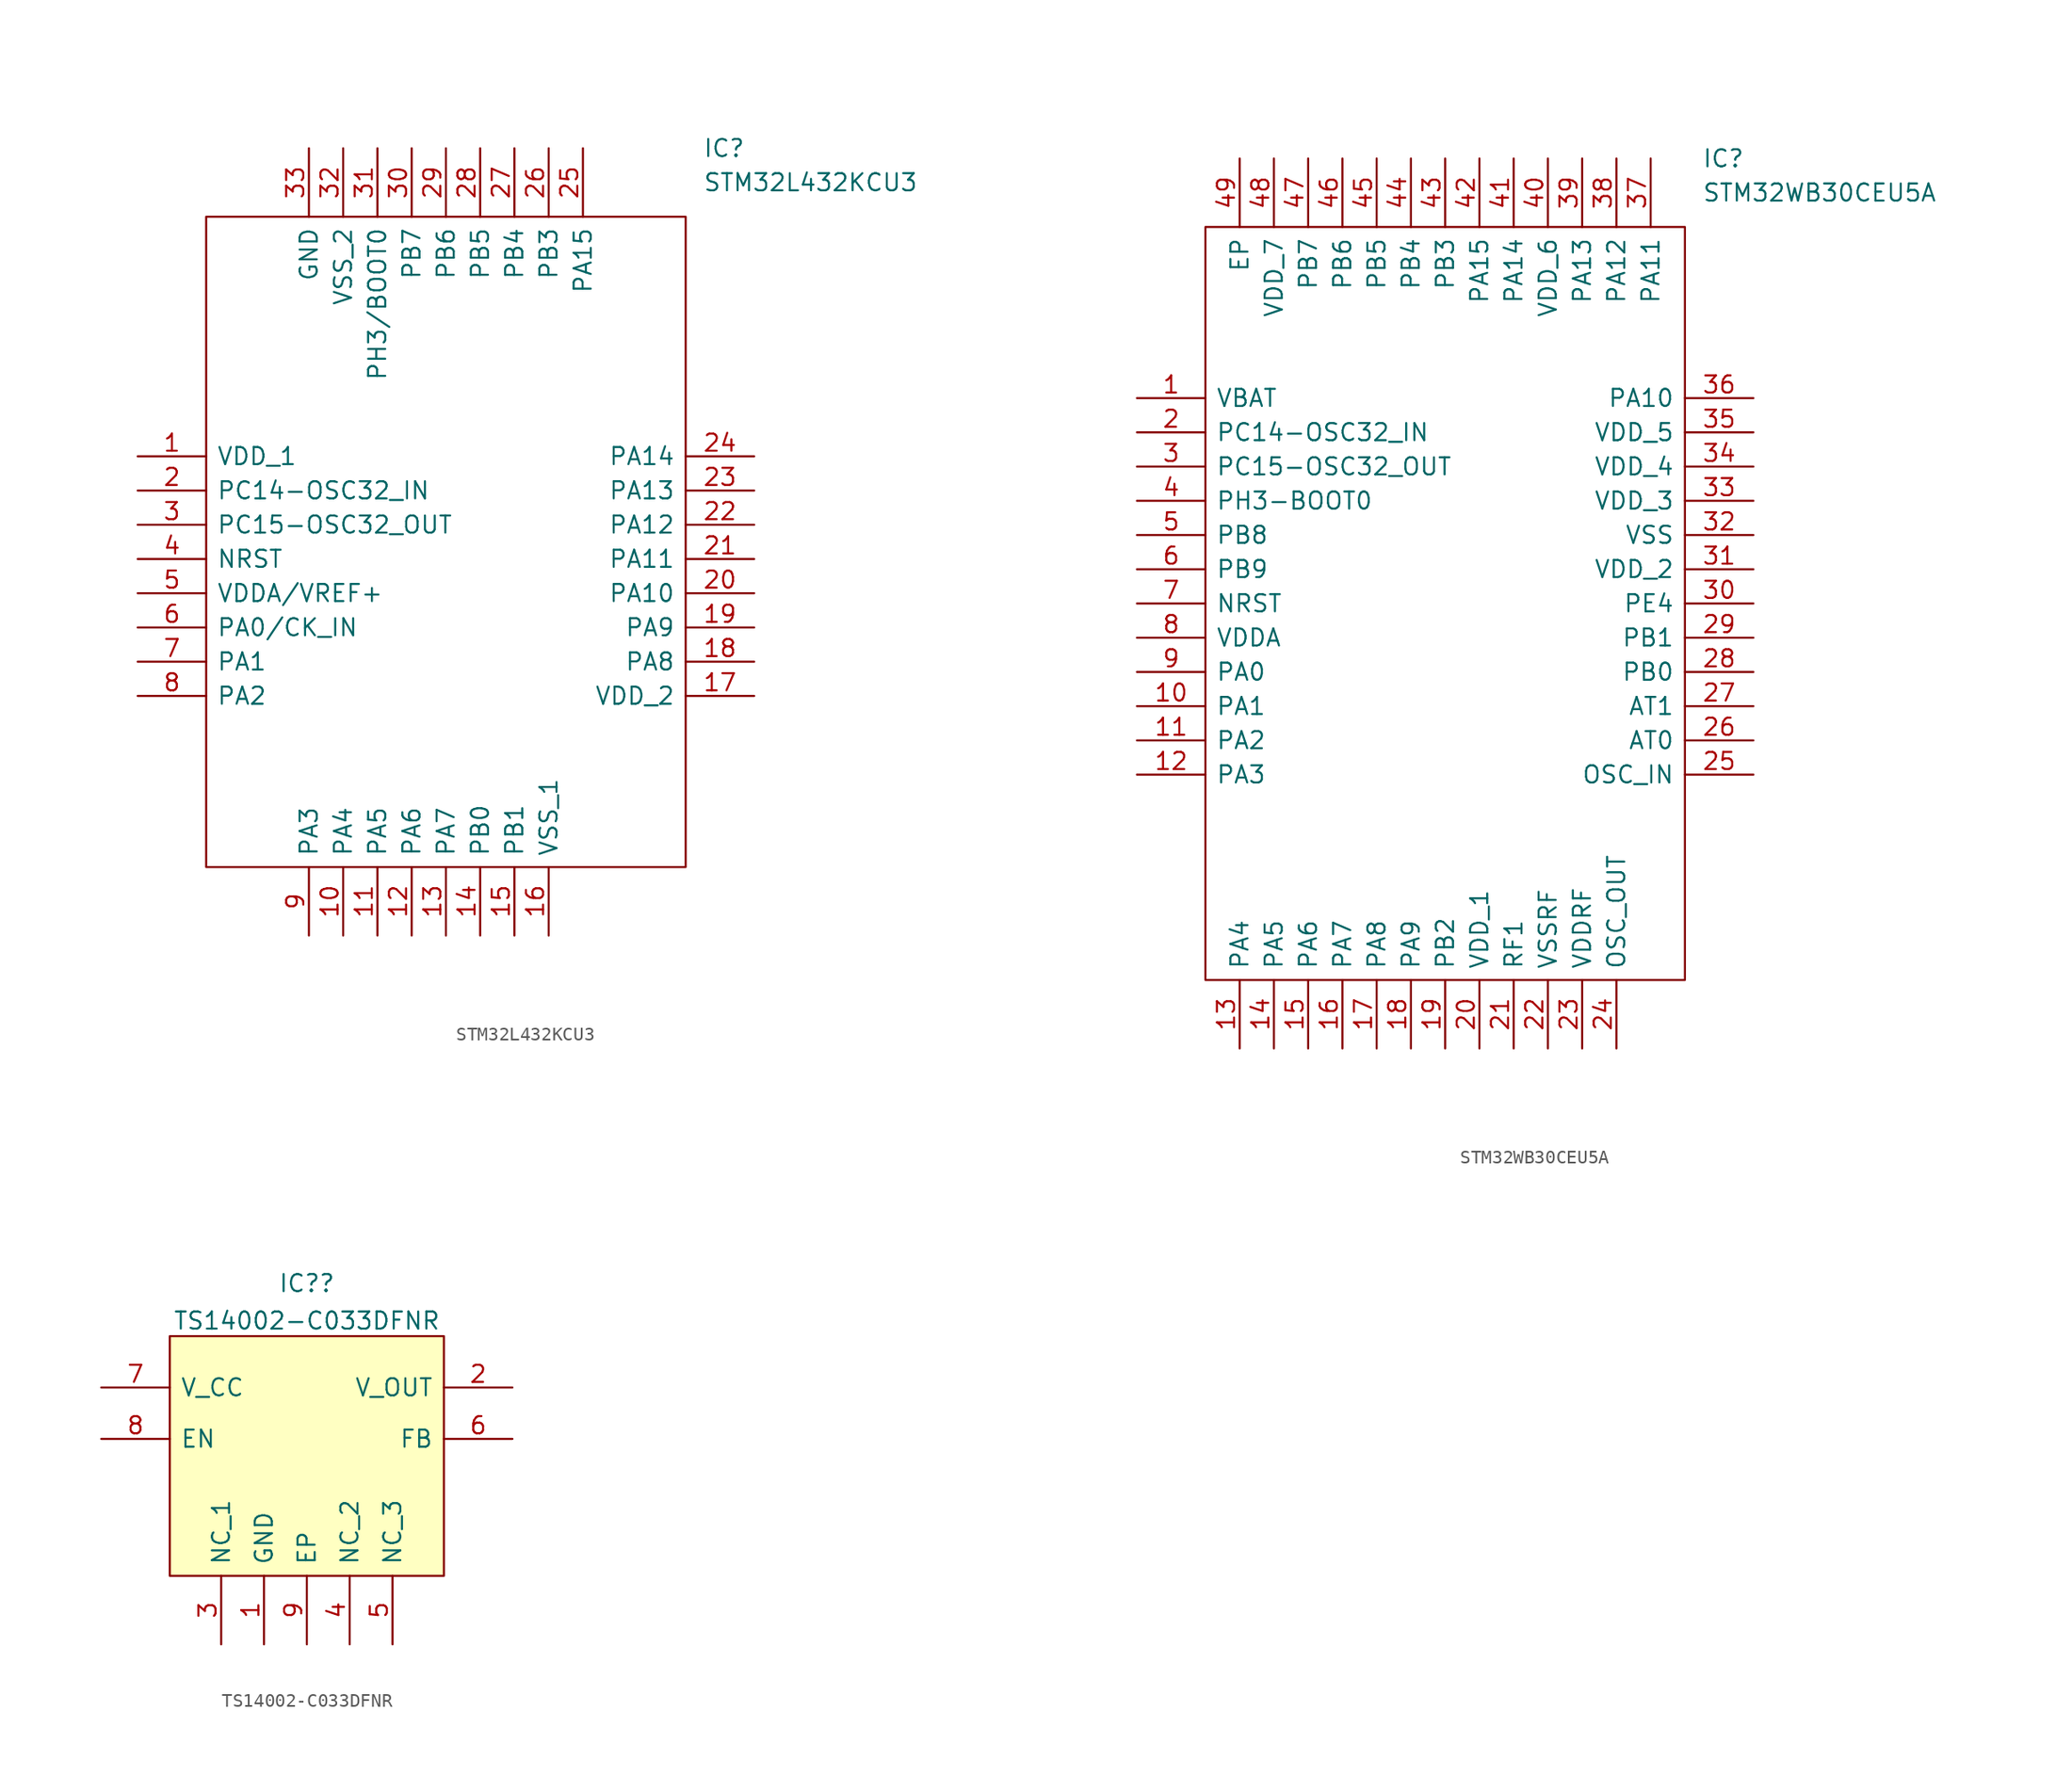
<source format=kicad_sym>
(kicad_symbol_lib
  (version 20211014)
  (generator kicad_symbol_editor)
  (symbol "STM32L432KCU3"
    (pin_names
      (offset 0.762))
    (property "Reference" "IC"
      (at 41.91 22.86 0)
      (effects (font (size 1.27 1.27)) (justify left)))
    (property "Value" "STM32L432KCU3"
      (at 41.91 20.32 0)
      (effects (font (size 1.27 1.27)) (justify left)))
    (symbol "STM32L432KCU3_0_0"
      (pin passive line (at 0 0 0) (length 5.08) (name "VDD_1" (effects (font (size 1.27 1.27)))) (number "1" (effects (font (size 1.27 1.27)))))
      (pin passive line (at 15.24 -35.56 90) (length 5.08) (name "PA4" (effects (font (size 1.27 1.27)))) (number "10" (effects (font (size 1.27 1.27)))))
      (pin passive line (at 17.78 -35.56 90) (length 5.08) (name "PA5" (effects (font (size 1.27 1.27)))) (number "11" (effects (font (size 1.27 1.27)))))
      (pin passive line (at 20.32 -35.56 90) (length 5.08) (name "PA6" (effects (font (size 1.27 1.27)))) (number "12" (effects (font (size 1.27 1.27)))))
      (pin passive line (at 22.86 -35.56 90) (length 5.08) (name "PA7" (effects (font (size 1.27 1.27)))) (number "13" (effects (font (size 1.27 1.27)))))
      (pin passive line (at 25.4 -35.56 90) (length 5.08) (name "PB0" (effects (font (size 1.27 1.27)))) (number "14" (effects (font (size 1.27 1.27)))))
      (pin passive line (at 27.94 -35.56 90) (length 5.08) (name "PB1" (effects (font (size 1.27 1.27)))) (number "15" (effects (font (size 1.27 1.27)))))
      (pin passive line (at 30.48 -35.56 90) (length 5.08) (name "VSS_1" (effects (font (size 1.27 1.27)))) (number "16" (effects (font (size 1.27 1.27)))))
      (pin passive line (at 45.72 -17.78 180) (length 5.08) (name "VDD_2" (effects (font (size 1.27 1.27)))) (number "17" (effects (font (size 1.27 1.27)))))
      (pin passive line (at 45.72 -15.24 180) (length 5.08) (name "PA8" (effects (font (size 1.27 1.27)))) (number "18" (effects (font (size 1.27 1.27)))))
      (pin passive line (at 45.72 -12.7 180) (length 5.08) (name "PA9" (effects (font (size 1.27 1.27)))) (number "19" (effects (font (size 1.27 1.27)))))
      (pin passive line (at 0 -2.54 0) (length 5.08) (name "PC14-OSC32_IN" (effects (font (size 1.27 1.27)))) (number "2" (effects (font (size 1.27 1.27)))))
      (pin passive line (at 45.72 -10.16 180) (length 5.08) (name "PA10" (effects (font (size 1.27 1.27)))) (number "20" (effects (font (size 1.27 1.27)))))
      (pin passive line (at 45.72 -7.62 180) (length 5.08) (name "PA11" (effects (font (size 1.27 1.27)))) (number "21" (effects (font (size 1.27 1.27)))))
      (pin passive line (at 45.72 -5.08 180) (length 5.08) (name "PA12" (effects (font (size 1.27 1.27)))) (number "22" (effects (font (size 1.27 1.27)))))
      (pin passive line (at 45.72 -2.54 180) (length 5.08) (name "PA13" (effects (font (size 1.27 1.27)))) (number "23" (effects (font (size 1.27 1.27)))))
      (pin passive line (at 45.72 0 180) (length 5.08) (name "PA14" (effects (font (size 1.27 1.27)))) (number "24" (effects (font (size 1.27 1.27)))))
      (pin passive line (at 33.02 22.86 270) (length 5.08) (name "PA15" (effects (font (size 1.27 1.27)))) (number "25" (effects (font (size 1.27 1.27)))))
      (pin passive line (at 30.48 22.86 270) (length 5.08) (name "PB3" (effects (font (size 1.27 1.27)))) (number "26" (effects (font (size 1.27 1.27)))))
      (pin passive line (at 27.94 22.86 270) (length 5.08) (name "PB4" (effects (font (size 1.27 1.27)))) (number "27" (effects (font (size 1.27 1.27)))))
      (pin passive line (at 25.4 22.86 270) (length 5.08) (name "PB5" (effects (font (size 1.27 1.27)))) (number "28" (effects (font (size 1.27 1.27)))))
      (pin passive line (at 22.86 22.86 270) (length 5.08) (name "PB6" (effects (font (size 1.27 1.27)))) (number "29" (effects (font (size 1.27 1.27)))))
      (pin passive line (at 0 -5.08 0) (length 5.08) (name "PC15-OSC32_OUT" (effects (font (size 1.27 1.27)))) (number "3" (effects (font (size 1.27 1.27)))))
      (pin passive line (at 20.32 22.86 270) (length 5.08) (name "PB7" (effects (font (size 1.27 1.27)))) (number "30" (effects (font (size 1.27 1.27)))))
      (pin passive line (at 17.78 22.86 270) (length 5.08) (name "PH3/BOOT0" (effects (font (size 1.27 1.27)))) (number "31" (effects (font (size 1.27 1.27)))))
      (pin passive line (at 15.24 22.86 270) (length 5.08) (name "VSS_2" (effects (font (size 1.27 1.27)))) (number "32" (effects (font (size 1.27 1.27)))))
      (pin passive line (at 12.7 22.86 270) (length 5.08) (name "GND" (effects (font (size 1.27 1.27)))) (number "33" (effects (font (size 1.27 1.27)))))
      (pin passive line (at 0 -7.62 0) (length 5.08) (name "NRST" (effects (font (size 1.27 1.27)))) (number "4" (effects (font (size 1.27 1.27)))))
      (pin passive line (at 0 -10.16 0) (length 5.08) (name "VDDA/VREF+" (effects (font (size 1.27 1.27)))) (number "5" (effects (font (size 1.27 1.27)))))
      (pin passive line (at 0 -12.7 0) (length 5.08) (name "PA0/CK_IN" (effects (font (size 1.27 1.27)))) (number "6" (effects (font (size 1.27 1.27)))))
      (pin passive line (at 0 -15.24 0) (length 5.08) (name "PA1" (effects (font (size 1.27 1.27)))) (number "7" (effects (font (size 1.27 1.27)))))
      (pin passive line (at 0 -17.78 0) (length 5.08) (name "PA2" (effects (font (size 1.27 1.27)))) (number "8" (effects (font (size 1.27 1.27)))))
      (pin passive line (at 12.7 -35.56 90) (length 5.08) (name "PA3" (effects (font (size 1.27 1.27)))) (number "9" (effects (font (size 1.27 1.27))))))
    (symbol "STM32L432KCU3_0_1"
      (polyline (pts (xy 5.08 17.78) (xy 40.64 17.78) (xy 40.64 -30.48) (xy 5.08 -30.48) (xy 5.08 17.78)) (stroke (width 0.152) (type default) (color 0 0 0 0)) (fill (type none)))))
  (symbol "STM32WB30CEU5A"
    (pin_names
      (offset 0.762))
    (property "Reference" "IC"
      (at 41.91 17.78 0)
      (effects (font (size 1.27 1.27)) (justify left)))
    (property "Value" "STM32WB30CEU5A"
      (at 41.91 15.24 0)
      (effects (font (size 1.27 1.27)) (justify left)))
    (symbol "STM32WB30CEU5A_0_0"
      (pin passive line (at 0 0 0) (length 5.08) (name "VBAT" (effects (font (size 1.27 1.27)))) (number "1" (effects (font (size 1.27 1.27)))))
      (pin passive line (at 0 -22.86 0) (length 5.08) (name "PA1" (effects (font (size 1.27 1.27)))) (number "10" (effects (font (size 1.27 1.27)))))
      (pin passive line (at 0 -25.4 0) (length 5.08) (name "PA2" (effects (font (size 1.27 1.27)))) (number "11" (effects (font (size 1.27 1.27)))))
      (pin passive line (at 0 -27.94 0) (length 5.08) (name "PA3" (effects (font (size 1.27 1.27)))) (number "12" (effects (font (size 1.27 1.27)))))
      (pin passive line (at 7.62 -48.26 90) (length 5.08) (name "PA4" (effects (font (size 1.27 1.27)))) (number "13" (effects (font (size 1.27 1.27)))))
      (pin passive line (at 10.16 -48.26 90) (length 5.08) (name "PA5" (effects (font (size 1.27 1.27)))) (number "14" (effects (font (size 1.27 1.27)))))
      (pin passive line (at 12.7 -48.26 90) (length 5.08) (name "PA6" (effects (font (size 1.27 1.27)))) (number "15" (effects (font (size 1.27 1.27)))))
      (pin passive line (at 15.24 -48.26 90) (length 5.08) (name "PA7" (effects (font (size 1.27 1.27)))) (number "16" (effects (font (size 1.27 1.27)))))
      (pin passive line (at 17.78 -48.26 90) (length 5.08) (name "PA8" (effects (font (size 1.27 1.27)))) (number "17" (effects (font (size 1.27 1.27)))))
      (pin passive line (at 20.32 -48.26 90) (length 5.08) (name "PA9" (effects (font (size 1.27 1.27)))) (number "18" (effects (font (size 1.27 1.27)))))
      (pin passive line (at 22.86 -48.26 90) (length 5.08) (name "PB2" (effects (font (size 1.27 1.27)))) (number "19" (effects (font (size 1.27 1.27)))))
      (pin passive line (at 0 -2.54 0) (length 5.08) (name "PC14-OSC32_IN" (effects (font (size 1.27 1.27)))) (number "2" (effects (font (size 1.27 1.27)))))
      (pin passive line (at 25.4 -48.26 90) (length 5.08) (name "VDD_1" (effects (font (size 1.27 1.27)))) (number "20" (effects (font (size 1.27 1.27)))))
      (pin passive line (at 27.94 -48.26 90) (length 5.08) (name "RF1" (effects (font (size 1.27 1.27)))) (number "21" (effects (font (size 1.27 1.27)))))
      (pin passive line (at 30.48 -48.26 90) (length 5.08) (name "VSSRF" (effects (font (size 1.27 1.27)))) (number "22" (effects (font (size 1.27 1.27)))))
      (pin passive line (at 33.02 -48.26 90) (length 5.08) (name "VDDRF" (effects (font (size 1.27 1.27)))) (number "23" (effects (font (size 1.27 1.27)))))
      (pin passive line (at 35.56 -48.26 90) (length 5.08) (name "OSC_OUT" (effects (font (size 1.27 1.27)))) (number "24" (effects (font (size 1.27 1.27)))))
      (pin passive line (at 45.72 -27.94 180) (length 5.08) (name "OSC_IN" (effects (font (size 1.27 1.27)))) (number "25" (effects (font (size 1.27 1.27)))))
      (pin passive line (at 45.72 -25.4 180) (length 5.08) (name "AT0" (effects (font (size 1.27 1.27)))) (number "26" (effects (font (size 1.27 1.27)))))
      (pin passive line (at 45.72 -22.86 180) (length 5.08) (name "AT1" (effects (font (size 1.27 1.27)))) (number "27" (effects (font (size 1.27 1.27)))))
      (pin passive line (at 45.72 -20.32 180) (length 5.08) (name "PB0" (effects (font (size 1.27 1.27)))) (number "28" (effects (font (size 1.27 1.27)))))
      (pin passive line (at 45.72 -17.78 180) (length 5.08) (name "PB1" (effects (font (size 1.27 1.27)))) (number "29" (effects (font (size 1.27 1.27)))))
      (pin passive line (at 0 -5.08 0) (length 5.08) (name "PC15-OSC32_OUT" (effects (font (size 1.27 1.27)))) (number "3" (effects (font (size 1.27 1.27)))))
      (pin passive line (at 45.72 -15.24 180) (length 5.08) (name "PE4" (effects (font (size 1.27 1.27)))) (number "30" (effects (font (size 1.27 1.27)))))
      (pin passive line (at 45.72 -12.7 180) (length 5.08) (name "VDD_2" (effects (font (size 1.27 1.27)))) (number "31" (effects (font (size 1.27 1.27)))))
      (pin passive line (at 45.72 -10.16 180) (length 5.08) (name "VSS" (effects (font (size 1.27 1.27)))) (number "32" (effects (font (size 1.27 1.27)))))
      (pin passive line (at 45.72 -7.62 180) (length 5.08) (name "VDD_3" (effects (font (size 1.27 1.27)))) (number "33" (effects (font (size 1.27 1.27)))))
      (pin passive line (at 45.72 -5.08 180) (length 5.08) (name "VDD_4" (effects (font (size 1.27 1.27)))) (number "34" (effects (font (size 1.27 1.27)))))
      (pin passive line (at 45.72 -2.54 180) (length 5.08) (name "VDD_5" (effects (font (size 1.27 1.27)))) (number "35" (effects (font (size 1.27 1.27)))))
      (pin passive line (at 45.72 0 180) (length 5.08) (name "PA10" (effects (font (size 1.27 1.27)))) (number "36" (effects (font (size 1.27 1.27)))))
      (pin passive line (at 38.1 17.78 270) (length 5.08) (name "PA11" (effects (font (size 1.27 1.27)))) (number "37" (effects (font (size 1.27 1.27)))))
      (pin passive line (at 35.56 17.78 270) (length 5.08) (name "PA12" (effects (font (size 1.27 1.27)))) (number "38" (effects (font (size 1.27 1.27)))))
      (pin passive line (at 33.02 17.78 270) (length 5.08) (name "PA13" (effects (font (size 1.27 1.27)))) (number "39" (effects (font (size 1.27 1.27)))))
      (pin passive line (at 0 -7.62 0) (length 5.08) (name "PH3-BOOT0" (effects (font (size 1.27 1.27)))) (number "4" (effects (font (size 1.27 1.27)))))
      (pin passive line (at 30.48 17.78 270) (length 5.08) (name "VDD_6" (effects (font (size 1.27 1.27)))) (number "40" (effects (font (size 1.27 1.27)))))
      (pin passive line (at 27.94 17.78 270) (length 5.08) (name "PA14" (effects (font (size 1.27 1.27)))) (number "41" (effects (font (size 1.27 1.27)))))
      (pin passive line (at 25.4 17.78 270) (length 5.08) (name "PA15" (effects (font (size 1.27 1.27)))) (number "42" (effects (font (size 1.27 1.27)))))
      (pin passive line (at 22.86 17.78 270) (length 5.08) (name "PB3" (effects (font (size 1.27 1.27)))) (number "43" (effects (font (size 1.27 1.27)))))
      (pin passive line (at 20.32 17.78 270) (length 5.08) (name "PB4" (effects (font (size 1.27 1.27)))) (number "44" (effects (font (size 1.27 1.27)))))
      (pin passive line (at 17.78 17.78 270) (length 5.08) (name "PB5" (effects (font (size 1.27 1.27)))) (number "45" (effects (font (size 1.27 1.27)))))
      (pin passive line (at 15.24 17.78 270) (length 5.08) (name "PB6" (effects (font (size 1.27 1.27)))) (number "46" (effects (font (size 1.27 1.27)))))
      (pin passive line (at 12.7 17.78 270) (length 5.08) (name "PB7" (effects (font (size 1.27 1.27)))) (number "47" (effects (font (size 1.27 1.27)))))
      (pin passive line (at 10.16 17.78 270) (length 5.08) (name "VDD_7" (effects (font (size 1.27 1.27)))) (number "48" (effects (font (size 1.27 1.27)))))
      (pin passive line (at 7.62 17.78 270) (length 5.08) (name "EP" (effects (font (size 1.27 1.27)))) (number "49" (effects (font (size 1.27 1.27)))))
      (pin passive line (at 0 -10.16 0) (length 5.08) (name "PB8" (effects (font (size 1.27 1.27)))) (number "5" (effects (font (size 1.27 1.27)))))
      (pin passive line (at 0 -12.7 0) (length 5.08) (name "PB9" (effects (font (size 1.27 1.27)))) (number "6" (effects (font (size 1.27 1.27)))))
      (pin passive line (at 0 -15.24 0) (length 5.08) (name "NRST" (effects (font (size 1.27 1.27)))) (number "7" (effects (font (size 1.27 1.27)))))
      (pin passive line (at 0 -17.78 0) (length 5.08) (name "VDDA" (effects (font (size 1.27 1.27)))) (number "8" (effects (font (size 1.27 1.27)))))
      (pin passive line (at 0 -20.32 0) (length 5.08) (name "PA0" (effects (font (size 1.27 1.27)))) (number "9" (effects (font (size 1.27 1.27))))))
    (symbol "STM32WB30CEU5A_0_1"
      (polyline (pts (xy 5.08 12.7) (xy 40.64 12.7) (xy 40.64 -43.18) (xy 5.08 -43.18) (xy 5.08 12.7)) (stroke (width 0.152) (type default) (color 0 0 0 0)) (fill (type none)))))
  (symbol "TS14002-C033DFNR"
    (pin_names
      (offset 0.762))
    (property "Reference" "IC?"
      (at 15.24 6.456 0)
      (effects (font (size 1.27 1.27))))
    (property "Value" "TS14002-C033DFNR"
      (at 15.24 3.681 0)
      (effects (font (size 1.27 1.27))))
    (symbol "TS14002-C033DFNR_0_0"
      (pin passive line (at 12.065 -20.32 90) (length 5.08) (name "GND" (effects (font (size 1.27 1.27)))) (number "1" (effects (font (size 1.27 1.27)))))
      (pin passive line (at 30.48 -1.27 180) (length 5.08) (name "V_OUT" (effects (font (size 1.27 1.27)))) (number "2" (effects (font (size 1.27 1.27)))))
      (pin passive line (at 8.89 -20.32 90) (length 5.08) (name "NC_1" (effects (font (size 1.27 1.27)))) (number "3" (effects (font (size 1.27 1.27)))))
      (pin passive line (at 18.415 -20.32 90) (length 5.08) (name "NC_2" (effects (font (size 1.27 1.27)))) (number "4" (effects (font (size 1.27 1.27)))))
      (pin passive line (at 21.59 -20.32 90) (length 5.08) (name "NC_3" (effects (font (size 1.27 1.27)))) (number "5" (effects (font (size 1.27 1.27)))))
      (pin passive line (at 30.48 -5.08 180) (length 5.08) (name "FB" (effects (font (size 1.27 1.27)))) (number "6" (effects (font (size 1.27 1.27)))))
      (pin passive line (at 0 -1.27 0) (length 5.08) (name "V_CC" (effects (font (size 1.27 1.27)))) (number "7" (effects (font (size 1.27 1.27)))))
      (pin passive line (at 0 -5.08 0) (length 5.08) (name "EN" (effects (font (size 1.27 1.27)))) (number "8" (effects (font (size 1.27 1.27)))))
      (pin passive line (at 15.24 -20.32 90) (length 5.08) (name "EP" (effects (font (size 1.27 1.27)))) (number "9" (effects (font (size 1.27 1.27))))))
    (symbol "TS14002-C033DFNR_0_1"
      (polyline (pts (xy 5.08 2.54) (xy 25.4 2.54) (xy 25.4 -15.24) (xy 5.08 -15.24) (xy 5.08 2.54)) (stroke (width 0.152) (type default) (color 0 0 0 0)) (fill (type background))))))
</source>
